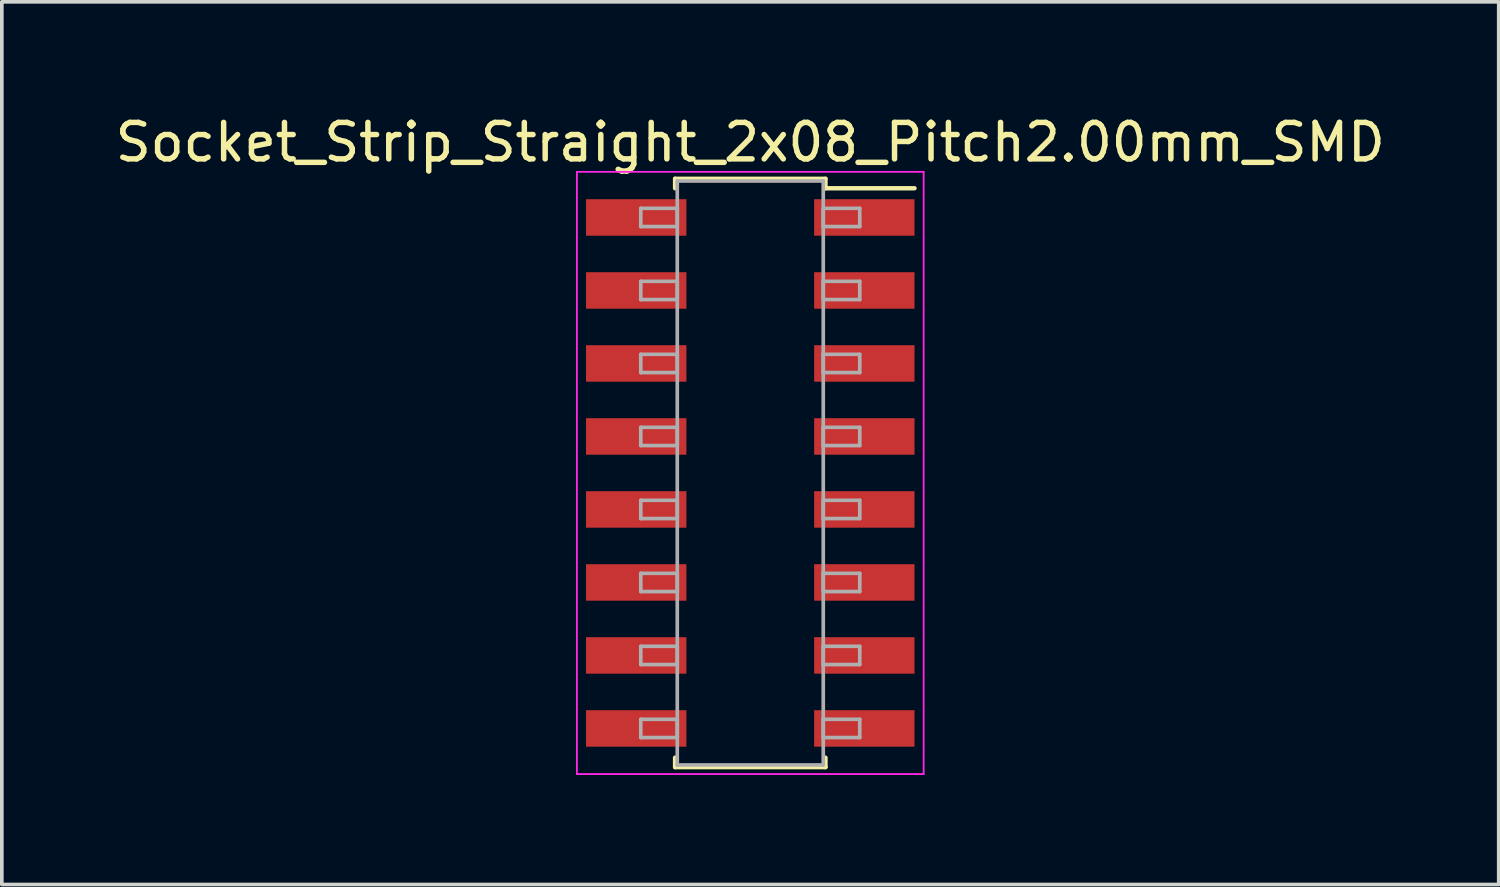
<source format=kicad_pcb>
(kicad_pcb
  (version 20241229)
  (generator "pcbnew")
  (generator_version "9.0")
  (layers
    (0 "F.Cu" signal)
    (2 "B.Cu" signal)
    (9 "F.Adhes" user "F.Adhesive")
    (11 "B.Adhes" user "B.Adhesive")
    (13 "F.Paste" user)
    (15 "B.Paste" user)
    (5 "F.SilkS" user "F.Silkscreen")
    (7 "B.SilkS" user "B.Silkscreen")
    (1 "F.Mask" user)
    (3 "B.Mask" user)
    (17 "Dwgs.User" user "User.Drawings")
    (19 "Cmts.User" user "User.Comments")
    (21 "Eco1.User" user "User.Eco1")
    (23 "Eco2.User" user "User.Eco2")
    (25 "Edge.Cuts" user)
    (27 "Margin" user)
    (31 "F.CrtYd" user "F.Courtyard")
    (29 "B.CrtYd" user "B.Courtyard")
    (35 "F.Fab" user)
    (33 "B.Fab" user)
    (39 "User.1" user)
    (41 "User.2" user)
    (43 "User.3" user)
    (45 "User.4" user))
  (footprint "Socket_Strip_Straight_2x08_Pitch2.00mm_SMD"
    (layer "F.Cu")
    (at 17.506 9.908)
    (property "Reference" "Socket_Strip_Straight_2x08_Pitch2.00mm_SMD" (at 0 -9.06 0) (layer "F.SilkS") (effects (font (size 1 1) (thickness 0.15))))
    (attr smd)
    (fp_line (start -2.06 -8.06) (end 2.06 -8.06) (stroke (width 0.12) (type solid)) (layer "F.SilkS"))
    (fp_line (start -2.06 -7.8) (end -2.06 -8.06) (stroke (width 0.12) (type solid)) (layer "F.SilkS"))
    (fp_line (start -2.06 7.8) (end -2.06 8.06) (stroke (width 0.12) (type solid)) (layer "F.SilkS"))
    (fp_line (start -2.06 8.06) (end 2.06 8.06) (stroke (width 0.12) (type solid)) (layer "F.SilkS"))
    (fp_line (start 2.06 -8.06) (end 2.06 -7.8) (stroke (width 0.12) (type solid)) (layer "F.SilkS"))
    (fp_line (start 2.06 8.06) (end 2.06 7.8) (stroke (width 0.12) (type solid)) (layer "F.SilkS"))
    (fp_line (start 4.5 -7.8) (end 2.06 -7.8) (stroke (width 0.12) (type solid)) (layer "F.SilkS"))
    (fp_line (start -4.75 -8.25) (end -4.75 8.25) (stroke (width 0.05) (type solid)) (layer "F.CrtYd"))
    (fp_line (start -4.75 8.25) (end 4.75 8.25) (stroke (width 0.05) (type solid)) (layer "F.CrtYd"))
    (fp_line (start 4.75 -8.25) (end -4.75 -8.25) (stroke (width 0.05) (type solid)) (layer "F.CrtYd"))
    (fp_line (start 4.75 8.25) (end 4.75 -8.25) (stroke (width 0.05) (type solid)) (layer "F.CrtYd"))
    (fp_line (start -3 -7.25) (end -2 -7.25) (stroke (width 0.1) (type solid)) (layer "F.Fab"))
    (fp_line (start -3 -6.75) (end -3 -7.25) (stroke (width 0.1) (type solid)) (layer "F.Fab"))
    (fp_line (start -3 -5.25) (end -2 -5.25) (stroke (width 0.1) (type solid)) (layer "F.Fab"))
    (fp_line (start -3 -4.75) (end -3 -5.25) (stroke (width 0.1) (type solid)) (layer "F.Fab"))
    (fp_line (start -3 -3.25) (end -2 -3.25) (stroke (width 0.1) (type solid)) (layer "F.Fab"))
    (fp_line (start -3 -2.75) (end -3 -3.25) (stroke (width 0.1) (type solid)) (layer "F.Fab"))
    (fp_line (start -3 -1.25) (end -2 -1.25) (stroke (width 0.1) (type solid)) (layer "F.Fab"))
    (fp_line (start -3 -0.75) (end -3 -1.25) (stroke (width 0.1) (type solid)) (layer "F.Fab"))
    (fp_line (start -3 0.75) (end -2 0.75) (stroke (width 0.1) (type solid)) (layer "F.Fab"))
    (fp_line (start -3 1.25) (end -3 0.75) (stroke (width 0.1) (type solid)) (layer "F.Fab"))
    (fp_line (start -3 2.75) (end -2 2.75) (stroke (width 0.1) (type solid)) (layer "F.Fab"))
    (fp_line (start -3 3.25) (end -3 2.75) (stroke (width 0.1) (type solid)) (layer "F.Fab"))
    (fp_line (start -3 4.75) (end -2 4.75) (stroke (width 0.1) (type solid)) (layer "F.Fab"))
    (fp_line (start -3 5.25) (end -3 4.75) (stroke (width 0.1) (type solid)) (layer "F.Fab"))
    (fp_line (start -3 6.75) (end -2 6.75) (stroke (width 0.1) (type solid)) (layer "F.Fab"))
    (fp_line (start -3 7.25) (end -3 6.75) (stroke (width 0.1) (type solid)) (layer "F.Fab"))
    (fp_line (start -2 -8) (end -2 8) (stroke (width 0.1) (type solid)) (layer "F.Fab"))
    (fp_line (start -2 -7.25) (end -2 -6.75) (stroke (width 0.1) (type solid)) (layer "F.Fab"))
    (fp_line (start -2 -6.75) (end -3 -6.75) (stroke (width 0.1) (type solid)) (layer "F.Fab"))
    (fp_line (start -2 -5.25) (end -2 -4.75) (stroke (width 0.1) (type solid)) (layer "F.Fab"))
    (fp_line (start -2 -4.75) (end -3 -4.75) (stroke (width 0.1) (type solid)) (layer "F.Fab"))
    (fp_line (start -2 -3.25) (end -2 -2.75) (stroke (width 0.1) (type solid)) (layer "F.Fab"))
    (fp_line (start -2 -2.75) (end -3 -2.75) (stroke (width 0.1) (type solid)) (layer "F.Fab"))
    (fp_line (start -2 -1.25) (end -2 -0.75) (stroke (width 0.1) (type solid)) (layer "F.Fab"))
    (fp_line (start -2 -0.75) (end -3 -0.75) (stroke (width 0.1) (type solid)) (layer "F.Fab"))
    (fp_line (start -2 0.75) (end -2 1.25) (stroke (width 0.1) (type solid)) (layer "F.Fab"))
    (fp_line (start -2 1.25) (end -3 1.25) (stroke (width 0.1) (type solid)) (layer "F.Fab"))
    (fp_line (start -2 2.75) (end -2 3.25) (stroke (width 0.1) (type solid)) (layer "F.Fab"))
    (fp_line (start -2 3.25) (end -3 3.25) (stroke (width 0.1) (type solid)) (layer "F.Fab"))
    (fp_line (start -2 4.75) (end -2 5.25) (stroke (width 0.1) (type solid)) (layer "F.Fab"))
    (fp_line (start -2 5.25) (end -3 5.25) (stroke (width 0.1) (type solid)) (layer "F.Fab"))
    (fp_line (start -2 6.75) (end -2 7.25) (stroke (width 0.1) (type solid)) (layer "F.Fab"))
    (fp_line (start -2 7.25) (end -3 7.25) (stroke (width 0.1) (type solid)) (layer "F.Fab"))
    (fp_line (start -2 8) (end 2 8) (stroke (width 0.1) (type solid)) (layer "F.Fab"))
    (fp_line (start 2 -8) (end -2 -8) (stroke (width 0.1) (type solid)) (layer "F.Fab"))
    (fp_line (start 2 -7.25) (end 2 -6.75) (stroke (width 0.1) (type solid)) (layer "F.Fab"))
    (fp_line (start 2 -6.75) (end 3 -6.75) (stroke (width 0.1) (type solid)) (layer "F.Fab"))
    (fp_line (start 2 -5.25) (end 2 -4.75) (stroke (width 0.1) (type solid)) (layer "F.Fab"))
    (fp_line (start 2 -4.75) (end 3 -4.75) (stroke (width 0.1) (type solid)) (layer "F.Fab"))
    (fp_line (start 2 -3.25) (end 2 -2.75) (stroke (width 0.1) (type solid)) (layer "F.Fab"))
    (fp_line (start 2 -2.75) (end 3 -2.75) (stroke (width 0.1) (type solid)) (layer "F.Fab"))
    (fp_line (start 2 -1.25) (end 2 -0.75) (stroke (width 0.1) (type solid)) (layer "F.Fab"))
    (fp_line (start 2 -0.75) (end 3 -0.75) (stroke (width 0.1) (type solid)) (layer "F.Fab"))
    (fp_line (start 2 0.75) (end 2 1.25) (stroke (width 0.1) (type solid)) (layer "F.Fab"))
    (fp_line (start 2 1.25) (end 3 1.25) (stroke (width 0.1) (type solid)) (layer "F.Fab"))
    (fp_line (start 2 2.75) (end 2 3.25) (stroke (width 0.1) (type solid)) (layer "F.Fab"))
    (fp_line (start 2 3.25) (end 3 3.25) (stroke (width 0.1) (type solid)) (layer "F.Fab"))
    (fp_line (start 2 4.75) (end 2 5.25) (stroke (width 0.1) (type solid)) (layer "F.Fab"))
    (fp_line (start 2 5.25) (end 3 5.25) (stroke (width 0.1) (type solid)) (layer "F.Fab"))
    (fp_line (start 2 6.75) (end 2 7.25) (stroke (width 0.1) (type solid)) (layer "F.Fab"))
    (fp_line (start 2 7.25) (end 3 7.25) (stroke (width 0.1) (type solid)) (layer "F.Fab"))
    (fp_line (start 2 8) (end 2 -8) (stroke (width 0.1) (type solid)) (layer "F.Fab"))
    (fp_line (start 3 -7.25) (end 2 -7.25) (stroke (width 0.1) (type solid)) (layer "F.Fab"))
    (fp_line (start 3 -6.75) (end 3 -7.25) (stroke (width 0.1) (type solid)) (layer "F.Fab"))
    (fp_line (start 3 -5.25) (end 2 -5.25) (stroke (width 0.1) (type solid)) (layer "F.Fab"))
    (fp_line (start 3 -4.75) (end 3 -5.25) (stroke (width 0.1) (type solid)) (layer "F.Fab"))
    (fp_line (start 3 -3.25) (end 2 -3.25) (stroke (width 0.1) (type solid)) (layer "F.Fab"))
    (fp_line (start 3 -2.75) (end 3 -3.25) (stroke (width 0.1) (type solid)) (layer "F.Fab"))
    (fp_line (start 3 -1.25) (end 2 -1.25) (stroke (width 0.1) (type solid)) (layer "F.Fab"))
    (fp_line (start 3 -0.75) (end 3 -1.25) (stroke (width 0.1) (type solid)) (layer "F.Fab"))
    (fp_line (start 3 0.75) (end 2 0.75) (stroke (width 0.1) (type solid)) (layer "F.Fab"))
    (fp_line (start 3 1.25) (end 3 0.75) (stroke (width 0.1) (type solid)) (layer "F.Fab"))
    (fp_line (start 3 2.75) (end 2 2.75) (stroke (width 0.1) (type solid)) (layer "F.Fab"))
    (fp_line (start 3 3.25) (end 3 2.75) (stroke (width 0.1) (type solid)) (layer "F.Fab"))
    (fp_line (start 3 4.75) (end 2 4.75) (stroke (width 0.1) (type solid)) (layer "F.Fab"))
    (fp_line (start 3 5.25) (end 3 4.75) (stroke (width 0.1) (type solid)) (layer "F.Fab"))
    (fp_line (start 3 6.75) (end 2 6.75) (stroke (width 0.1) (type solid)) (layer "F.Fab"))
    (fp_line (start 3 7.25) (end 3 6.75) (stroke (width 0.1) (type solid)) (layer "F.Fab"))
    (pad "1" smd rect (at 3.125 -7) (size 2.75 1) (layers "F.Cu" "F.Mask"))
    (pad "2" smd rect (at -3.125 -7) (size 2.75 1) (layers "F.Cu" "F.Mask"))
    (pad "3" smd rect (at 3.125 -5) (size 2.75 1) (layers "F.Cu" "F.Mask"))
    (pad "4" smd rect (at -3.125 -5) (size 2.75 1) (layers "F.Cu" "F.Mask"))
    (pad "5" smd rect (at 3.125 -3) (size 2.75 1) (layers "F.Cu" "F.Mask"))
    (pad "6" smd rect (at -3.125 -3) (size 2.75 1) (layers "F.Cu" "F.Mask"))
    (pad "7" smd rect (at 3.125 -1) (size 2.75 1) (layers "F.Cu" "F.Mask"))
    (pad "8" smd rect (at -3.125 -1) (size 2.75 1) (layers "F.Cu" "F.Mask"))
    (pad "9" smd rect (at 3.125 1) (size 2.75 1) (layers "F.Cu" "F.Mask"))
    (pad "10" smd rect (at -3.125 1) (size 2.75 1) (layers "F.Cu" "F.Mask"))
    (pad "11" smd rect (at 3.125 3) (size 2.75 1) (layers "F.Cu" "F.Mask"))
    (pad "12" smd rect (at -3.125 3) (size 2.75 1) (layers "F.Cu" "F.Mask"))
    (pad "13" smd rect (at 3.125 5) (size 2.75 1) (layers "F.Cu" "F.Mask"))
    (pad "14" smd rect (at -3.125 5) (size 2.75 1) (layers "F.Cu" "F.Mask"))
    (pad "15" smd rect (at 3.125 7) (size 2.75 1) (layers "F.Cu" "F.Mask"))
    (pad "16" smd rect (at -3.125 7) (size 2.75 1) (layers "F.Cu" "F.Mask")))
  (gr_rect
    (start -3 -3)
    (end 38.012 21.183)
    (stroke (width 0.1) (type default))
    (fill no)
    (layer "Edge.Cuts")))
</source>
